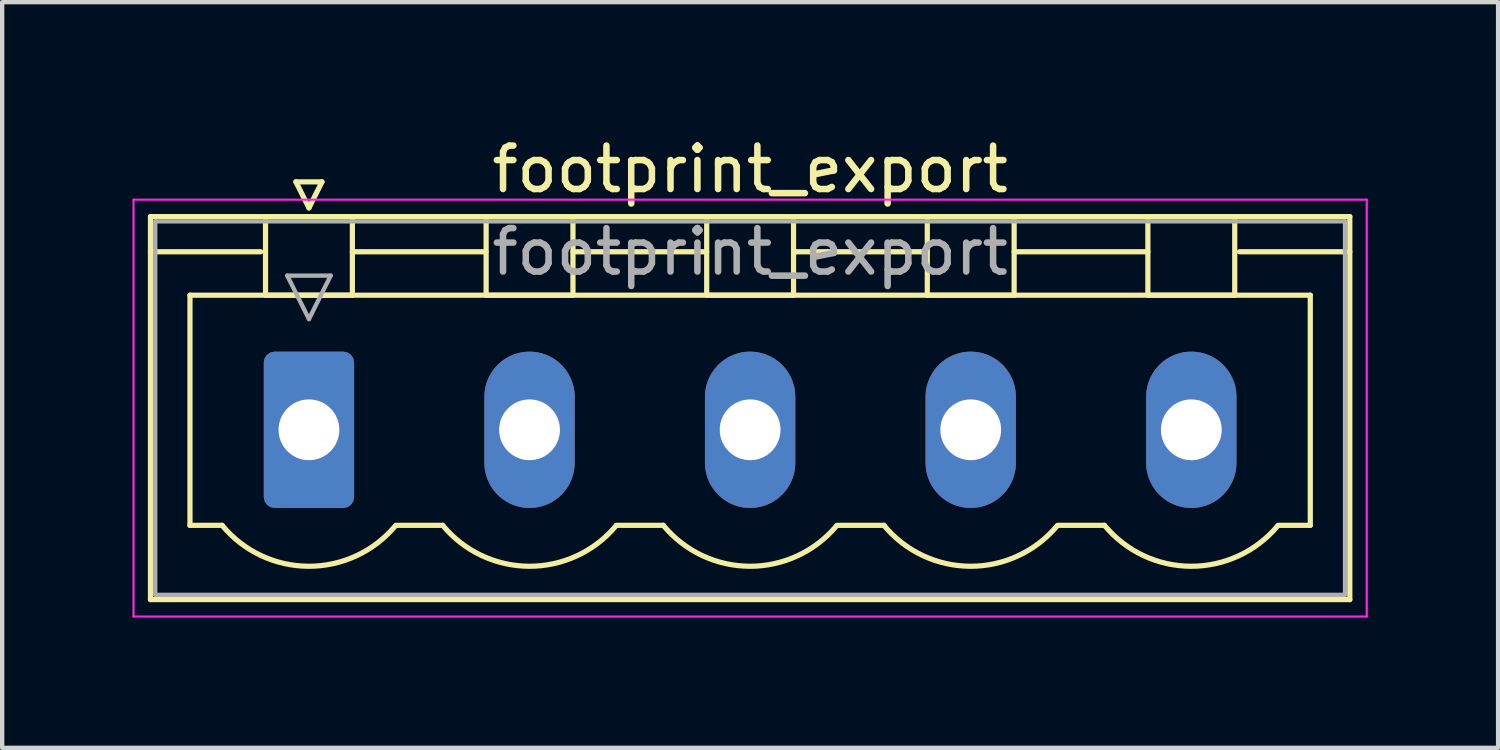
<source format=kicad_pcb>
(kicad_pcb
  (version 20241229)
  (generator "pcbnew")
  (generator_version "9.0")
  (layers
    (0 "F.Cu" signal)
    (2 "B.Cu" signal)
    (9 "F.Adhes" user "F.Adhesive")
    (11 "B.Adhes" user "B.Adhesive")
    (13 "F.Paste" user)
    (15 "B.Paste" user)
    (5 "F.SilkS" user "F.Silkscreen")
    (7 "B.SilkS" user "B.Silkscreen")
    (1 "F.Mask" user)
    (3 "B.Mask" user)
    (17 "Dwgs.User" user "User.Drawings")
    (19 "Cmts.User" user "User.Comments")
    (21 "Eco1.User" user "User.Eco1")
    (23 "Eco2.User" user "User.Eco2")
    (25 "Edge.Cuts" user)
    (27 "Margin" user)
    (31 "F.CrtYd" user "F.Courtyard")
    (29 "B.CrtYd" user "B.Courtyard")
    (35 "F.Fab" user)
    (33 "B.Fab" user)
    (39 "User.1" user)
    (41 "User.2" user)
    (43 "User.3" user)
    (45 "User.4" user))
  (footprint "footprint_export"
    (layer "F.Cu")
    (at 4.065 6.848)
    (property "Reference" "footprint_export" (at 10.16 -6 0) (layer "F.SilkS") (effects (font (size 1 1) (thickness 0.15))))
    (attr through_hole)
    (fp_line (start -3.65 -4.91) (end -3.65 3.91) (stroke (width 0.12) (type solid)) (layer "F.SilkS"))
    (fp_line (start -3.65 -4.1) (end -1.11 -4.1) (stroke (width 0.12) (type solid)) (layer "F.SilkS"))
    (fp_line (start -3.65 3.91) (end 23.97 3.91) (stroke (width 0.12) (type solid)) (layer "F.SilkS"))
    (fp_line (start -2.74 -3.1) (end 23.06 -3.1) (stroke (width 0.12) (type solid)) (layer "F.SilkS"))
    (fp_line (start -2.74 2.2) (end -2.74 -3.1) (stroke (width 0.12) (type solid)) (layer "F.SilkS"))
    (fp_line (start -2 2.2) (end -2.74 2.2) (stroke (width 0.12) (type solid)) (layer "F.SilkS"))
    (fp_line (start -1 -4.91) (end 1 -4.91) (stroke (width 0.12) (type solid)) (layer "F.SilkS"))
    (fp_line (start -1 -3.1) (end -1 -4.91) (stroke (width 0.12) (type solid)) (layer "F.SilkS"))
    (fp_line (start -0.3 -5.71) (end 0.3 -5.71) (stroke (width 0.12) (type solid)) (layer "F.SilkS"))
    (fp_line (start 0 -5.11) (end -0.3 -5.71) (stroke (width 0.12) (type solid)) (layer "F.SilkS"))
    (fp_line (start 0.3 -5.71) (end 0 -5.11) (stroke (width 0.12) (type solid)) (layer "F.SilkS"))
    (fp_line (start 1 -4.91) (end 1 -3.1) (stroke (width 0.12) (type solid)) (layer "F.SilkS"))
    (fp_line (start 1 -4.1) (end 4.08 -4.1) (stroke (width 0.12) (type solid)) (layer "F.SilkS"))
    (fp_line (start 1 -3.1) (end -1 -3.1) (stroke (width 0.12) (type solid)) (layer "F.SilkS"))
    (fp_line (start 2 2.2) (end 3.08 2.2) (stroke (width 0.12) (type solid)) (layer "F.SilkS"))
    (fp_line (start 4.08 -4.91) (end 6.08 -4.91) (stroke (width 0.12) (type solid)) (layer "F.SilkS"))
    (fp_line (start 4.08 -3.1) (end 4.08 -4.91) (stroke (width 0.12) (type solid)) (layer "F.SilkS"))
    (fp_line (start 6.08 -4.91) (end 6.08 -3.1) (stroke (width 0.12) (type solid)) (layer "F.SilkS"))
    (fp_line (start 6.08 -4.1) (end 9.16 -4.1) (stroke (width 0.12) (type solid)) (layer "F.SilkS"))
    (fp_line (start 6.08 -3.1) (end 4.08 -3.1) (stroke (width 0.12) (type solid)) (layer "F.SilkS"))
    (fp_line (start 7.08 2.2) (end 8.16 2.2) (stroke (width 0.12) (type solid)) (layer "F.SilkS"))
    (fp_line (start 9.16 -4.91) (end 11.16 -4.91) (stroke (width 0.12) (type solid)) (layer "F.SilkS"))
    (fp_line (start 9.16 -3.1) (end 9.16 -4.91) (stroke (width 0.12) (type solid)) (layer "F.SilkS"))
    (fp_line (start 11.16 -4.91) (end 11.16 -3.1) (stroke (width 0.12) (type solid)) (layer "F.SilkS"))
    (fp_line (start 11.16 -4.1) (end 14.24 -4.1) (stroke (width 0.12) (type solid)) (layer "F.SilkS"))
    (fp_line (start 11.16 -3.1) (end 9.16 -3.1) (stroke (width 0.12) (type solid)) (layer "F.SilkS"))
    (fp_line (start 12.16 2.2) (end 13.24 2.2) (stroke (width 0.12) (type solid)) (layer "F.SilkS"))
    (fp_line (start 14.24 -4.91) (end 16.24 -4.91) (stroke (width 0.12) (type solid)) (layer "F.SilkS"))
    (fp_line (start 14.24 -3.1) (end 14.24 -4.91) (stroke (width 0.12) (type solid)) (layer "F.SilkS"))
    (fp_line (start 16.24 -4.91) (end 16.24 -3.1) (stroke (width 0.12) (type solid)) (layer "F.SilkS"))
    (fp_line (start 16.24 -4.1) (end 19.32 -4.1) (stroke (width 0.12) (type solid)) (layer "F.SilkS"))
    (fp_line (start 16.24 -3.1) (end 14.24 -3.1) (stroke (width 0.12) (type solid)) (layer "F.SilkS"))
    (fp_line (start 17.24 2.2) (end 18.32 2.2) (stroke (width 0.12) (type solid)) (layer "F.SilkS"))
    (fp_line (start 19.32 -4.91) (end 21.32 -4.91) (stroke (width 0.12) (type solid)) (layer "F.SilkS"))
    (fp_line (start 19.32 -3.1) (end 19.32 -4.91) (stroke (width 0.12) (type solid)) (layer "F.SilkS"))
    (fp_line (start 21.32 -4.91) (end 21.32 -3.1) (stroke (width 0.12) (type solid)) (layer "F.SilkS"))
    (fp_line (start 21.32 -3.1) (end 19.32 -3.1) (stroke (width 0.12) (type solid)) (layer "F.SilkS"))
    (fp_line (start 23.06 -3.1) (end 23.06 2.2) (stroke (width 0.12) (type solid)) (layer "F.SilkS"))
    (fp_line (start 23.06 2.2) (end 22.32 2.2) (stroke (width 0.12) (type solid)) (layer "F.SilkS"))
    (fp_line (start 23.97 -4.91) (end -3.65 -4.91) (stroke (width 0.12) (type solid)) (layer "F.SilkS"))
    (fp_line (start 23.97 -4.1) (end 21.43 -4.1) (stroke (width 0.12) (type solid)) (layer "F.SilkS"))
    (fp_line (start 23.97 3.91) (end 23.97 -4.91) (stroke (width 0.12) (type solid)) (layer "F.SilkS"))
    (fp_arc (start 1.986842 2.215821) (mid -0.010289 3.142758) (end -2 2.2) (stroke (width 0.12) (type solid)) (layer "F.SilkS"))
    (fp_arc (start 7.066842 2.215821) (mid 5.069711 3.142758) (end 3.08 2.2) (stroke (width 0.12) (type solid)) (layer "F.SilkS"))
    (fp_arc (start 12.146842 2.215821) (mid 10.149711 3.142758) (end 8.16 2.2) (stroke (width 0.12) (type solid)) (layer "F.SilkS"))
    (fp_arc (start 17.226842 2.215821) (mid 15.229711 3.142758) (end 13.24 2.2) (stroke (width 0.12) (type solid)) (layer "F.SilkS"))
    (fp_arc (start 22.306842 2.215821) (mid 20.309711 3.142758) (end 18.32 2.2) (stroke (width 0.12) (type solid)) (layer "F.SilkS"))
    (fp_line (start -4.04 -5.3) (end -4.04 4.3) (stroke (width 0.05) (type solid)) (layer "F.CrtYd"))
    (fp_line (start -4.04 4.3) (end 24.36 4.3) (stroke (width 0.05) (type solid)) (layer "F.CrtYd"))
    (fp_line (start 24.36 -5.3) (end -4.04 -5.3) (stroke (width 0.05) (type solid)) (layer "F.CrtYd"))
    (fp_line (start 24.36 4.3) (end 24.36 -5.3) (stroke (width 0.05) (type solid)) (layer "F.CrtYd"))
    (fp_line (start -3.54 -4.8) (end -3.54 3.8) (stroke (width 0.1) (type solid)) (layer "F.Fab"))
    (fp_line (start -3.54 3.8) (end 23.86 3.8) (stroke (width 0.1) (type solid)) (layer "F.Fab"))
    (fp_line (start -0.5 -3.55) (end 0.5 -3.55) (stroke (width 0.1) (type solid)) (layer "F.Fab"))
    (fp_line (start 0 -2.55) (end -0.5 -3.55) (stroke (width 0.1) (type solid)) (layer "F.Fab"))
    (fp_line (start 0.5 -3.55) (end 0 -2.55) (stroke (width 0.1) (type solid)) (layer "F.Fab"))
    (fp_line (start 23.86 -4.8) (end -3.54 -4.8) (stroke (width 0.1) (type solid)) (layer "F.Fab"))
    (fp_line (start 23.86 3.8) (end 23.86 -4.8) (stroke (width 0.1) (type solid)) (layer "F.Fab"))
    (fp_text user "${REFERENCE}" (at 10.16 -4.1 0) (layer "F.Fab") (effects (font (size 1 1) (thickness 0.15))))
    (pad "1" thru_hole roundrect (at 0 0) (size 2.08 3.6) (drill 1.4) (layers "*.Cu" "*.Mask") (roundrect_rratio 0.12))
    (pad "2" thru_hole oval (at 5.08 0) (size 2.08 3.6) (drill 1.4) (layers "*.Cu" "*.Mask"))
    (pad "3" thru_hole oval (at 10.16 0) (size 2.08 3.6) (drill 1.4) (layers "*.Cu" "*.Mask"))
    (pad "4" thru_hole oval (at 15.24 0) (size 2.08 3.6) (drill 1.4) (layers "*.Cu" "*.Mask"))
    (pad "5" thru_hole oval (at 20.32 0) (size 2.08 3.6) (drill 1.4) (layers "*.Cu" "*.Mask")))
  (gr_rect
    (start -3 -3)
    (end 31.45 14.173)
    (stroke (width 0.1) (type default))
    (fill no)
    (layer "Edge.Cuts")))
</source>
